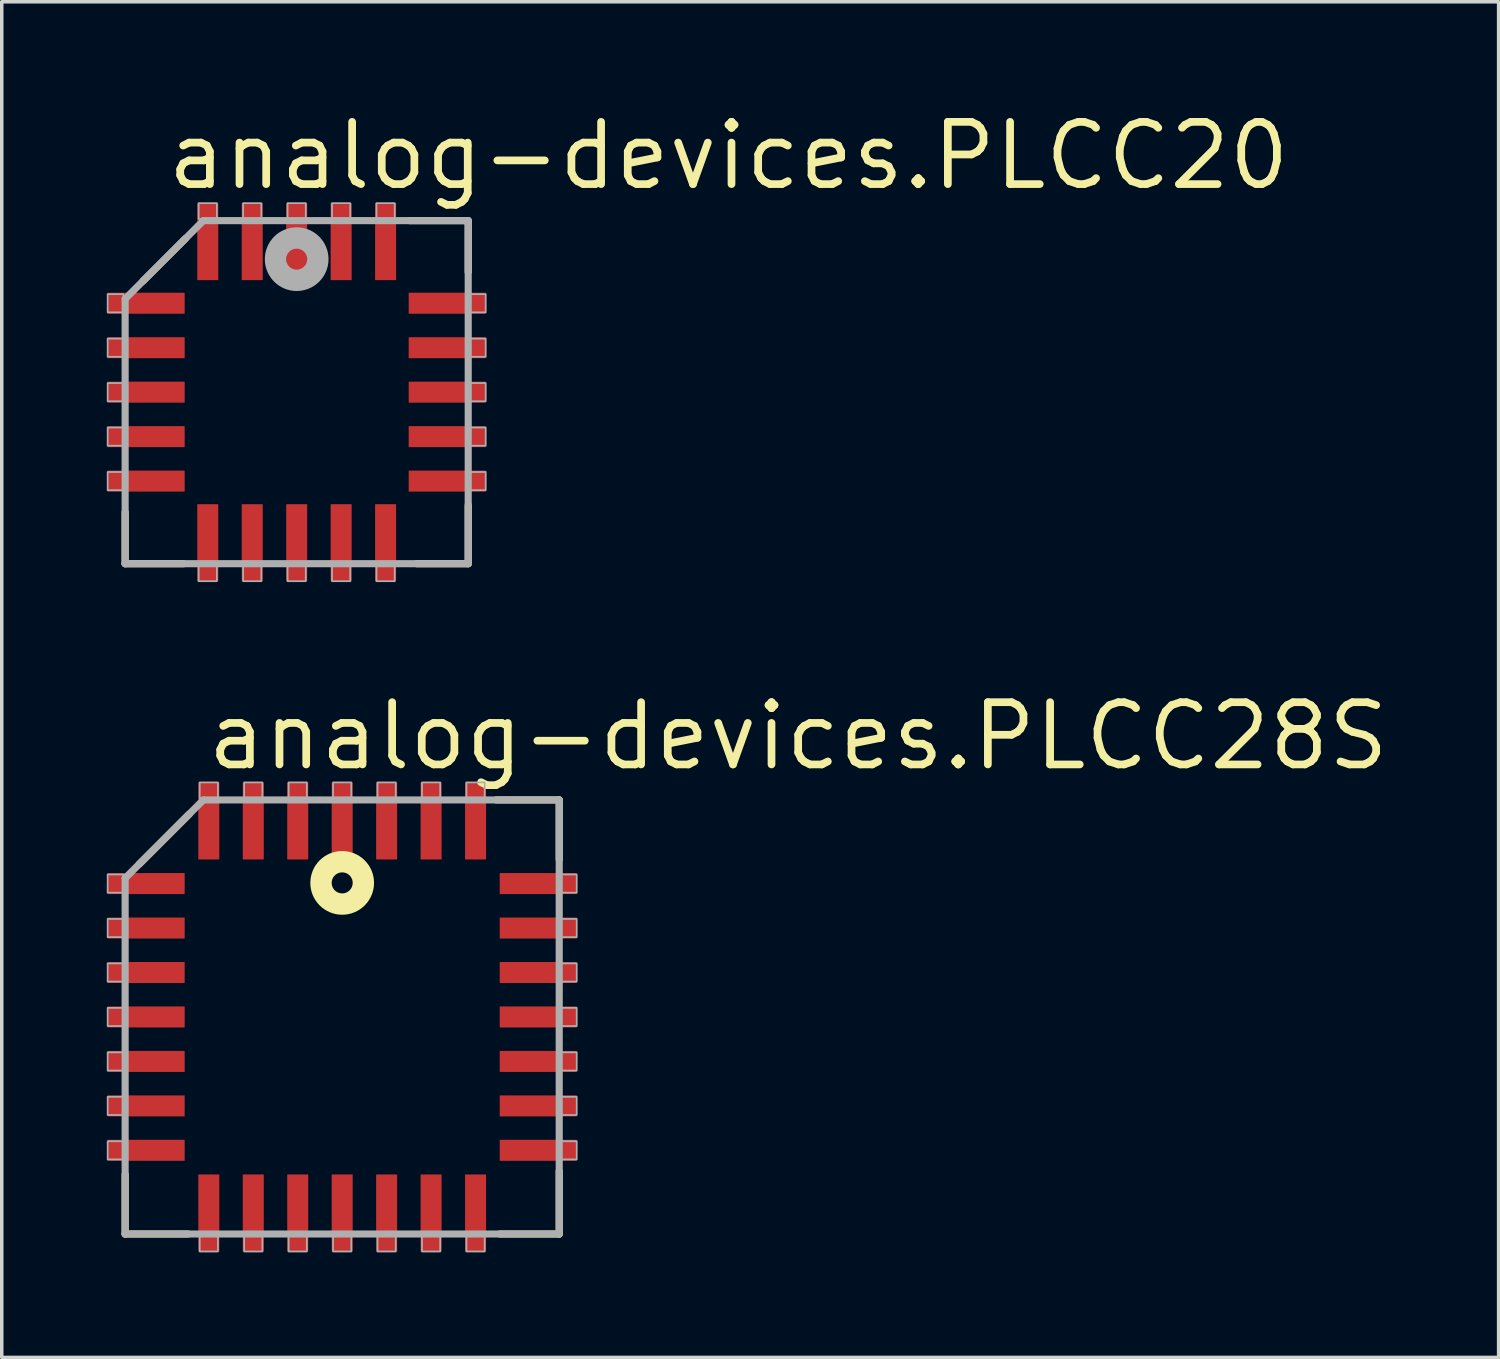
<source format=kicad_pcb>
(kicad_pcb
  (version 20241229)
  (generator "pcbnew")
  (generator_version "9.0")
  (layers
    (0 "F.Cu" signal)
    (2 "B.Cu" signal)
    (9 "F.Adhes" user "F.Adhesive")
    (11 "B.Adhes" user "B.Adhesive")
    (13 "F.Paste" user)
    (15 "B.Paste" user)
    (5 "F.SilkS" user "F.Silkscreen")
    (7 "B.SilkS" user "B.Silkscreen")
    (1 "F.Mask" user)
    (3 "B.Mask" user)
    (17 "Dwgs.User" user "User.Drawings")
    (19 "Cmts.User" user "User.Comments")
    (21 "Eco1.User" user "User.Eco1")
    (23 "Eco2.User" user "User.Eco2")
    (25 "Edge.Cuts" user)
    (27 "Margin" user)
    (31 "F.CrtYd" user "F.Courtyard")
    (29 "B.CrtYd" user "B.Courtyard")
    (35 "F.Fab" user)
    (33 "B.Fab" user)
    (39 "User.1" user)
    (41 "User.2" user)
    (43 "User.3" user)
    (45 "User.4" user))
  (footprint "analog-devices.PLCC28S"
    (layer "F.Cu")
    (at 6.725 26.001)
    (property "Reference" "analog-devices.PLCC28S" (at -3.967 -6.985 0) (layer "F.SilkS") (effects (font (size 1.778 1.778) (thickness 0.22)) (justify left bottom)))
    (attr smd)
    (fp_line (start -6.2 6.2) (end -6.2 4.5) (stroke (width 0.203) (type default)) (layer "F.SilkS"))
    (fp_line (start -4.4 6.2) (end -6.2 6.2) (stroke (width 0.203) (type default)) (layer "F.SilkS"))
    (fp_line (start -4.365 -5.8) (end -5.8 -4.365) (stroke (width 0.203) (type default)) (layer "F.SilkS"))
    (fp_line (start 4.4 -6.2) (end 6.2 -6.2) (stroke (width 0.203) (type default)) (layer "F.SilkS"))
    (fp_line (start 6.2 -6.2) (end 6.2 -4.5) (stroke (width 0.203) (type default)) (layer "F.SilkS"))
    (fp_line (start 6.2 4.4) (end 6.2 6.2) (stroke (width 0.203) (type default)) (layer "F.SilkS"))
    (fp_line (start 6.2 6.2) (end 4.5 6.2) (stroke (width 0.203) (type default)) (layer "F.SilkS"))
    (fp_circle (center 0 -3.83) (end 0.3 -3.83) (stroke (width 0.61) (type default)) (fill no) (layer "F.SilkS"))
    (fp_line (start -6.2 -3.965) (end -6.2 6.2) (stroke (width 0.203) (type default)) (layer "F.Fab"))
    (fp_line (start -6.2 6.2) (end 6.2 6.2) (stroke (width 0.203) (type default)) (layer "F.Fab"))
    (fp_line (start -3.965 -6.2) (end -6.2 -3.965) (stroke (width 0.203) (type default)) (layer "F.Fab"))
    (fp_line (start 6.2 -6.2) (end -3.965 -6.2) (stroke (width 0.203) (type default)) (layer "F.Fab"))
    (fp_line (start 6.2 6.2) (end 6.2 -6.2) (stroke (width 0.203) (type default)) (layer "F.Fab"))
    (fp_rect (start -6.7 -3.55) (end -6.25 -4.07) (stroke (width 0.05) (type default)) (fill no) (layer "F.Fab"))
    (fp_rect (start -6.7 -2.28) (end -6.25 -2.8) (stroke (width 0.05) (type default)) (fill no) (layer "F.Fab"))
    (fp_rect (start -6.7 -1.01) (end -6.25 -1.53) (stroke (width 0.05) (type default)) (fill no) (layer "F.Fab"))
    (fp_rect (start -6.7 0.26) (end -6.25 -0.26) (stroke (width 0.05) (type default)) (fill no) (layer "F.Fab"))
    (fp_rect (start -6.7 1.53) (end -6.25 1.01) (stroke (width 0.05) (type default)) (fill no) (layer "F.Fab"))
    (fp_rect (start -6.7 2.8) (end -6.25 2.28) (stroke (width 0.05) (type default)) (fill no) (layer "F.Fab"))
    (fp_rect (start -6.7 4.07) (end -6.25 3.55) (stroke (width 0.05) (type default)) (fill no) (layer "F.Fab"))
    (fp_rect (start -4.07 -6.25) (end -3.55 -6.7) (stroke (width 0.05) (type default)) (fill no) (layer "F.Fab"))
    (fp_rect (start -4.07 6.7) (end -3.55 6.25) (stroke (width 0.05) (type default)) (fill no) (layer "F.Fab"))
    (fp_rect (start -2.8 -6.25) (end -2.28 -6.7) (stroke (width 0.05) (type default)) (fill no) (layer "F.Fab"))
    (fp_rect (start -2.8 6.7) (end -2.28 6.25) (stroke (width 0.05) (type default)) (fill no) (layer "F.Fab"))
    (fp_rect (start -1.53 -6.25) (end -1.01 -6.7) (stroke (width 0.05) (type default)) (fill no) (layer "F.Fab"))
    (fp_rect (start -1.53 6.7) (end -1.01 6.25) (stroke (width 0.05) (type default)) (fill no) (layer "F.Fab"))
    (fp_rect (start -0.26 -6.25) (end 0.26 -6.7) (stroke (width 0.05) (type default)) (fill no) (layer "F.Fab"))
    (fp_rect (start -0.26 6.7) (end 0.26 6.25) (stroke (width 0.05) (type default)) (fill no) (layer "F.Fab"))
    (fp_rect (start 1.01 -6.25) (end 1.53 -6.7) (stroke (width 0.05) (type default)) (fill no) (layer "F.Fab"))
    (fp_rect (start 1.01 6.7) (end 1.53 6.25) (stroke (width 0.05) (type default)) (fill no) (layer "F.Fab"))
    (fp_rect (start 2.28 -6.25) (end 2.8 -6.7) (stroke (width 0.05) (type default)) (fill no) (layer "F.Fab"))
    (fp_rect (start 2.28 6.7) (end 2.8 6.25) (stroke (width 0.05) (type default)) (fill no) (layer "F.Fab"))
    (fp_rect (start 3.55 -6.25) (end 4.07 -6.7) (stroke (width 0.05) (type default)) (fill no) (layer "F.Fab"))
    (fp_rect (start 3.55 6.7) (end 4.07 6.25) (stroke (width 0.05) (type default)) (fill no) (layer "F.Fab"))
    (fp_rect (start 6.25 -3.55) (end 6.7 -4.07) (stroke (width 0.05) (type default)) (fill no) (layer "F.Fab"))
    (fp_rect (start 6.25 -2.28) (end 6.7 -2.8) (stroke (width 0.05) (type default)) (fill no) (layer "F.Fab"))
    (fp_rect (start 6.25 -1.01) (end 6.7 -1.53) (stroke (width 0.05) (type default)) (fill no) (layer "F.Fab"))
    (fp_rect (start 6.25 0.26) (end 6.7 -0.26) (stroke (width 0.05) (type default)) (fill no) (layer "F.Fab"))
    (fp_rect (start 6.25 1.53) (end 6.7 1.01) (stroke (width 0.05) (type default)) (fill no) (layer "F.Fab"))
    (fp_rect (start 6.25 2.8) (end 6.7 2.28) (stroke (width 0.05) (type default)) (fill no) (layer "F.Fab"))
    (fp_rect (start 6.25 4.07) (end 6.7 3.55) (stroke (width 0.05) (type default)) (fill no) (layer "F.Fab"))
    (pad "1" smd roundrect (at 0 -5.6) (size 0.6 2.2) (layers "F.Cu" "F.Mask" "F.Paste") (roundrect_rratio 0.01))
    (pad "2" smd roundrect (at -1.27 -5.6) (size 0.6 2.2) (layers "F.Cu" "F.Mask" "F.Paste") (roundrect_rratio 0.01))
    (pad "3" smd roundrect (at -2.54 -5.6) (size 0.6 2.2) (layers "F.Cu" "F.Mask" "F.Paste") (roundrect_rratio 0.01))
    (pad "4" smd roundrect (at -3.81 -5.6) (size 0.6 2.2) (layers "F.Cu" "F.Mask" "F.Paste") (roundrect_rratio 0.01))
    (pad "5" smd roundrect (at -5.6 -3.81) (size 2.2 0.6) (layers "F.Cu" "F.Mask" "F.Paste") (roundrect_rratio 0.01))
    (pad "6" smd roundrect (at -5.6 -2.54) (size 2.2 0.6) (layers "F.Cu" "F.Mask" "F.Paste") (roundrect_rratio 0.01))
    (pad "7" smd roundrect (at -5.6 -1.27) (size 2.2 0.6) (layers "F.Cu" "F.Mask" "F.Paste") (roundrect_rratio 0.01))
    (pad "8" smd roundrect (at -5.6 0) (size 2.2 0.6) (layers "F.Cu" "F.Mask" "F.Paste") (roundrect_rratio 0.01))
    (pad "9" smd roundrect (at -5.6 1.27) (size 2.2 0.6) (layers "F.Cu" "F.Mask" "F.Paste") (roundrect_rratio 0.01))
    (pad "10" smd roundrect (at -5.6 2.54) (size 2.2 0.6) (layers "F.Cu" "F.Mask" "F.Paste") (roundrect_rratio 0.01))
    (pad "11" smd roundrect (at -5.6 3.81) (size 2.2 0.6) (layers "F.Cu" "F.Mask" "F.Paste") (roundrect_rratio 0.01))
    (pad "12" smd roundrect (at -3.81 5.6) (size 0.6 2.2) (layers "F.Cu" "F.Mask" "F.Paste") (roundrect_rratio 0.01))
    (pad "13" smd roundrect (at -2.54 5.6) (size 0.6 2.2) (layers "F.Cu" "F.Mask" "F.Paste") (roundrect_rratio 0.01))
    (pad "14" smd roundrect (at -1.27 5.6) (size 0.6 2.2) (layers "F.Cu" "F.Mask" "F.Paste") (roundrect_rratio 0.01))
    (pad "15" smd roundrect (at 0 5.6) (size 0.6 2.2) (layers "F.Cu" "F.Mask" "F.Paste") (roundrect_rratio 0.01))
    (pad "16" smd roundrect (at 1.27 5.6) (size 0.6 2.2) (layers "F.Cu" "F.Mask" "F.Paste") (roundrect_rratio 0.01))
    (pad "17" smd roundrect (at 2.54 5.6) (size 0.6 2.2) (layers "F.Cu" "F.Mask" "F.Paste") (roundrect_rratio 0.01))
    (pad "18" smd roundrect (at 3.81 5.6) (size 0.6 2.2) (layers "F.Cu" "F.Mask" "F.Paste") (roundrect_rratio 0.01))
    (pad "19" smd roundrect (at 5.6 3.81) (size 2.2 0.6) (layers "F.Cu" "F.Mask" "F.Paste") (roundrect_rratio 0.01))
    (pad "20" smd roundrect (at 5.6 2.54) (size 2.2 0.6) (layers "F.Cu" "F.Mask" "F.Paste") (roundrect_rratio 0.01))
    (pad "21" smd roundrect (at 5.6 1.27) (size 2.2 0.6) (layers "F.Cu" "F.Mask" "F.Paste") (roundrect_rratio 0.01))
    (pad "22" smd roundrect (at 5.6 0) (size 2.2 0.6) (layers "F.Cu" "F.Mask" "F.Paste") (roundrect_rratio 0.01))
    (pad "23" smd roundrect (at 5.6 -1.27) (size 2.2 0.6) (layers "F.Cu" "F.Mask" "F.Paste") (roundrect_rratio 0.01))
    (pad "24" smd roundrect (at 5.6 -2.54) (size 2.2 0.6) (layers "F.Cu" "F.Mask" "F.Paste") (roundrect_rratio 0.01))
    (pad "25" smd roundrect (at 5.6 -3.81) (size 2.2 0.6) (layers "F.Cu" "F.Mask" "F.Paste") (roundrect_rratio 0.01))
    (pad "26" smd roundrect (at 3.81 -5.6) (size 0.6 2.2) (layers "F.Cu" "F.Mask" "F.Paste") (roundrect_rratio 0.01))
    (pad "27" smd roundrect (at 2.54 -5.6) (size 0.6 2.2) (layers "F.Cu" "F.Mask" "F.Paste") (roundrect_rratio 0.01))
    (pad "28" smd roundrect (at 1.27 -5.6) (size 0.6 2.2) (layers "F.Cu" "F.Mask" "F.Paste") (roundrect_rratio 0.01)))
  (footprint "analog-devices.PLCC20"
    (layer "F.Cu")
    (at 5.425 8.153)
    (property "Reference" "analog-devices.PLCC20" (at -3.81 -5.715 0) (layer "F.SilkS") (effects (font (size 1.778 1.778) (thickness 0.22)) (justify left bottom)))
    (attr smd)
    (fp_line (start -4.9 3.431) (end -4.9 4.9) (stroke (width 0.203) (type default)) (layer "F.SilkS"))
    (fp_line (start -4.9 4.9) (end -3.228 4.9) (stroke (width 0.203) (type default)) (layer "F.SilkS"))
    (fp_line (start -3.173 -4.392) (end -4.392 -3.173) (stroke (width 0.203) (type default)) (layer "F.SilkS"))
    (fp_line (start 3.431 4.9) (end 4.9 4.9) (stroke (width 0.203) (type default)) (layer "F.SilkS"))
    (fp_line (start 4.9 -4.9) (end 3.228 -4.9) (stroke (width 0.203) (type default)) (layer "F.SilkS"))
    (fp_line (start 4.9 -3.431) (end 4.9 -4.9) (stroke (width 0.203) (type default)) (layer "F.SilkS"))
    (fp_line (start 4.9 4.9) (end 4.9 3.228) (stroke (width 0.203) (type default)) (layer "F.SilkS"))
    (fp_line (start -4.9 -2.665) (end -4.9 4.9) (stroke (width 0.203) (type default)) (layer "F.Fab"))
    (fp_line (start -4.9 4.9) (end 4.9 4.9) (stroke (width 0.203) (type default)) (layer "F.Fab"))
    (fp_line (start -2.665 -4.9) (end -4.9 -2.665) (stroke (width 0.203) (type default)) (layer "F.Fab"))
    (fp_line (start 4.9 -4.9) (end -2.665 -4.9) (stroke (width 0.203) (type default)) (layer "F.Fab"))
    (fp_line (start 4.9 4.9) (end 4.9 -4.9) (stroke (width 0.203) (type default)) (layer "F.Fab"))
    (fp_rect (start -5.4 -2.28) (end -4.95 -2.8) (stroke (width 0.05) (type default)) (fill no) (layer "F.Fab"))
    (fp_rect (start -5.4 -1.01) (end -4.95 -1.53) (stroke (width 0.05) (type default)) (fill no) (layer "F.Fab"))
    (fp_rect (start -5.4 0.26) (end -4.95 -0.26) (stroke (width 0.05) (type default)) (fill no) (layer "F.Fab"))
    (fp_rect (start -5.4 1.53) (end -4.95 1.01) (stroke (width 0.05) (type default)) (fill no) (layer "F.Fab"))
    (fp_rect (start -5.4 2.8) (end -4.95 2.28) (stroke (width 0.05) (type default)) (fill no) (layer "F.Fab"))
    (fp_rect (start -2.8 -4.95) (end -2.28 -5.4) (stroke (width 0.05) (type default)) (fill no) (layer "F.Fab"))
    (fp_rect (start -2.8 5.4) (end -2.28 4.95) (stroke (width 0.05) (type default)) (fill no) (layer "F.Fab"))
    (fp_rect (start -1.53 -4.95) (end -1.01 -5.4) (stroke (width 0.05) (type default)) (fill no) (layer "F.Fab"))
    (fp_rect (start -1.53 5.4) (end -1.01 4.95) (stroke (width 0.05) (type default)) (fill no) (layer "F.Fab"))
    (fp_rect (start -0.26 -4.95) (end 0.26 -5.4) (stroke (width 0.05) (type default)) (fill no) (layer "F.Fab"))
    (fp_rect (start -0.26 5.4) (end 0.26 4.95) (stroke (width 0.05) (type default)) (fill no) (layer "F.Fab"))
    (fp_rect (start 1.01 -4.95) (end 1.53 -5.4) (stroke (width 0.05) (type default)) (fill no) (layer "F.Fab"))
    (fp_rect (start 1.01 5.4) (end 1.53 4.95) (stroke (width 0.05) (type default)) (fill no) (layer "F.Fab"))
    (fp_rect (start 2.28 -4.95) (end 2.8 -5.4) (stroke (width 0.05) (type default)) (fill no) (layer "F.Fab"))
    (fp_rect (start 2.28 5.4) (end 2.8 4.95) (stroke (width 0.05) (type default)) (fill no) (layer "F.Fab"))
    (fp_rect (start 4.95 -2.28) (end 5.4 -2.8) (stroke (width 0.05) (type default)) (fill no) (layer "F.Fab"))
    (fp_rect (start 4.95 -1.01) (end 5.4 -1.53) (stroke (width 0.05) (type default)) (fill no) (layer "F.Fab"))
    (fp_rect (start 4.95 0.26) (end 5.4 -0.26) (stroke (width 0.05) (type default)) (fill no) (layer "F.Fab"))
    (fp_rect (start 4.95 1.53) (end 5.4 1.01) (stroke (width 0.05) (type default)) (fill no) (layer "F.Fab"))
    (fp_rect (start 4.95 2.8) (end 5.4 2.28) (stroke (width 0.05) (type default)) (fill no) (layer "F.Fab"))
    (fp_circle (center 0 -3.8) (end 0.3 -3.8) (stroke (width 0.61) (type default)) (fill no) (layer "F.Fab"))
    (pad "1" smd roundrect (at 0 -4.3) (size 0.6 2.2) (layers "F.Cu" "F.Mask" "F.Paste") (roundrect_rratio 0.01))
    (pad "2" smd roundrect (at -1.27 -4.3) (size 0.6 2.2) (layers "F.Cu" "F.Mask" "F.Paste") (roundrect_rratio 0.01))
    (pad "3" smd roundrect (at -2.54 -4.3) (size 0.6 2.2) (layers "F.Cu" "F.Mask" "F.Paste") (roundrect_rratio 0.01))
    (pad "4" smd roundrect (at -4.3 -2.54) (size 2.2 0.6) (layers "F.Cu" "F.Mask" "F.Paste") (roundrect_rratio 0.01))
    (pad "5" smd roundrect (at -4.3 -1.27) (size 2.2 0.6) (layers "F.Cu" "F.Mask" "F.Paste") (roundrect_rratio 0.01))
    (pad "6" smd roundrect (at -4.3 0) (size 2.2 0.6) (layers "F.Cu" "F.Mask" "F.Paste") (roundrect_rratio 0.01))
    (pad "7" smd roundrect (at -4.3 1.27) (size 2.2 0.6) (layers "F.Cu" "F.Mask" "F.Paste") (roundrect_rratio 0.01))
    (pad "8" smd roundrect (at -4.3 2.54) (size 2.2 0.6) (layers "F.Cu" "F.Mask" "F.Paste") (roundrect_rratio 0.01))
    (pad "9" smd roundrect (at -2.54 4.3) (size 0.6 2.2) (layers "F.Cu" "F.Mask" "F.Paste") (roundrect_rratio 0.01))
    (pad "10" smd roundrect (at -1.27 4.3) (size 0.6 2.2) (layers "F.Cu" "F.Mask" "F.Paste") (roundrect_rratio 0.01))
    (pad "11" smd roundrect (at 0 4.3) (size 0.6 2.2) (layers "F.Cu" "F.Mask" "F.Paste") (roundrect_rratio 0.01))
    (pad "12" smd roundrect (at 1.27 4.3) (size 0.6 2.2) (layers "F.Cu" "F.Mask" "F.Paste") (roundrect_rratio 0.01))
    (pad "13" smd roundrect (at 2.54 4.3) (size 0.6 2.2) (layers "F.Cu" "F.Mask" "F.Paste") (roundrect_rratio 0.01))
    (pad "14" smd roundrect (at 4.3 2.54) (size 2.2 0.6) (layers "F.Cu" "F.Mask" "F.Paste") (roundrect_rratio 0.01))
    (pad "15" smd roundrect (at 4.3 1.27) (size 2.2 0.6) (layers "F.Cu" "F.Mask" "F.Paste") (roundrect_rratio 0.01))
    (pad "16" smd roundrect (at 4.3 0) (size 2.2 0.6) (layers "F.Cu" "F.Mask" "F.Paste") (roundrect_rratio 0.01))
    (pad "17" smd roundrect (at 4.3 -1.27) (size 2.2 0.6) (layers "F.Cu" "F.Mask" "F.Paste") (roundrect_rratio 0.01))
    (pad "18" smd roundrect (at 4.3 -2.54) (size 2.2 0.6) (layers "F.Cu" "F.Mask" "F.Paste") (roundrect_rratio 0.01))
    (pad "19" smd roundrect (at 2.54 -4.3) (size 0.6 2.2) (layers "F.Cu" "F.Mask" "F.Paste") (roundrect_rratio 0.01))
    (pad "20" smd roundrect (at 1.27 -4.3) (size 0.6 2.2) (layers "F.Cu" "F.Mask" "F.Paste") (roundrect_rratio 0.01)))
  (gr_rect
    (start -3 -3)
    (end 39.76 35.726)
    (stroke (width 0.1) (type default))
    (fill no)
    (layer "Edge.Cuts")))
</source>
